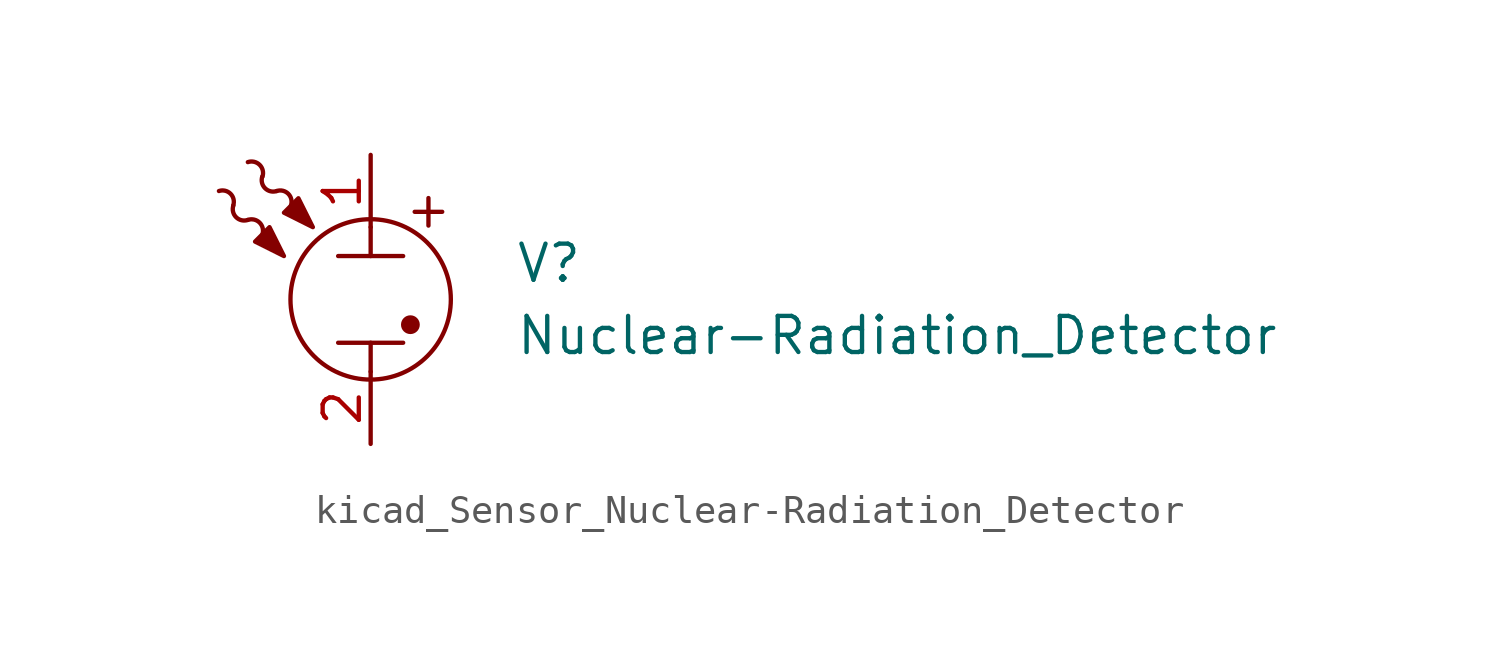
<source format=kicad_sym>
(kicad_symbol_lib
  (version 20220914)
  (generator kicad_symbol_editor)
  (symbol "kicad_Sensor_Nuclear-Radiation_Detector"
    (pin_names
      (offset 0) hide)
    (property "Reference" "V"
      (at 5.08 1.27 0)
      (effects (font (size 1.27 1.27)) (justify left)))
    (property "Value" "Nuclear-Radiation_Detector"
      (at 5.08 -1.27 0)
      (effects (font (size 1.27 1.27)) (justify left)))
    (symbol "kicad_Sensor_Nuclear-Radiation_Detector_0_0"
      (text "+" (at 2.032 3.175 0) (effects (font (size 1.27 1.27)))))
    (symbol "kicad_Sensor_Nuclear-Radiation_Detector_0_1"
      (arc (start -2.794 3.302) (mid -2.891 3.713) (end -3.302 3.81) (stroke (width 0) (type default)) (fill (type none)))
      (polyline (pts (xy -1.143 -1.524) (xy 1.143 -1.524)) (stroke (width 0) (type default)) (fill (type none)))
      (polyline (pts (xy -1.143 1.524) (xy 1.143 1.524)) (stroke (width 0) (type default)) (fill (type none)))
      (polyline (pts (xy 0 -1.524) (xy 0 -2.54)) (stroke (width 0) (type default)) (fill (type none)))
      (polyline (pts (xy 0 2.54) (xy 0 1.524)) (stroke (width 0) (type default)) (fill (type none)))
      (polyline (pts (xy -2.54 3.556) (xy -3.048 3.048) (xy -2.032 2.54) (xy -2.54 3.556)) (stroke (width 0) (type default)) (fill (type outline)))
      (circle (center 0 0) (radius 2.819) (stroke (width 0) (type default)) (fill (type none)))
      (circle (center 1.397 -0.889) (radius 0.254) (stroke (width 0) (type default)) (fill (type outline))))
    (symbol "kicad_Sensor_Nuclear-Radiation_Detector_1_1"
      (arc (start -4.826 3.302) (mid -4.923 3.713) (end -5.334 3.81) (stroke (width 0) (type default)) (fill (type none)))
      (arc (start -4.826 3.302) (mid -4.729 2.891) (end -4.318 2.794) (stroke (width 0) (type default)) (fill (type none)))
      (arc (start -3.81 2.286) (mid -3.907 2.697) (end -4.318 2.794) (stroke (width 0) (type default)) (fill (type none)))
      (arc (start -3.81 4.318) (mid -3.907 4.729) (end -4.318 4.826) (stroke (width 0) (type default)) (fill (type none)))
      (arc (start -3.81 4.318) (mid -3.713 3.907) (end -3.302 3.81) (stroke (width 0) (type default)) (fill (type none)))
      (polyline (pts (xy -3.556 2.54) (xy -4.064 2.032) (xy -3.048 1.524) (xy -3.556 2.54)) (stroke (width 0) (type default)) (fill (type outline)))
      (pin passive line (at 0 5.08 270) (length 2.54) (name "1" (effects (font (size 1.27 1.27)))) (number "1" (effects (font (size 1.27 1.27)))))
      (pin passive line (at 0 -5.08 90) (length 2.54) (name "2" (effects (font (size 1.27 1.27)))) (number "2" (effects (font (size 1.27 1.27))))))))
</source>
